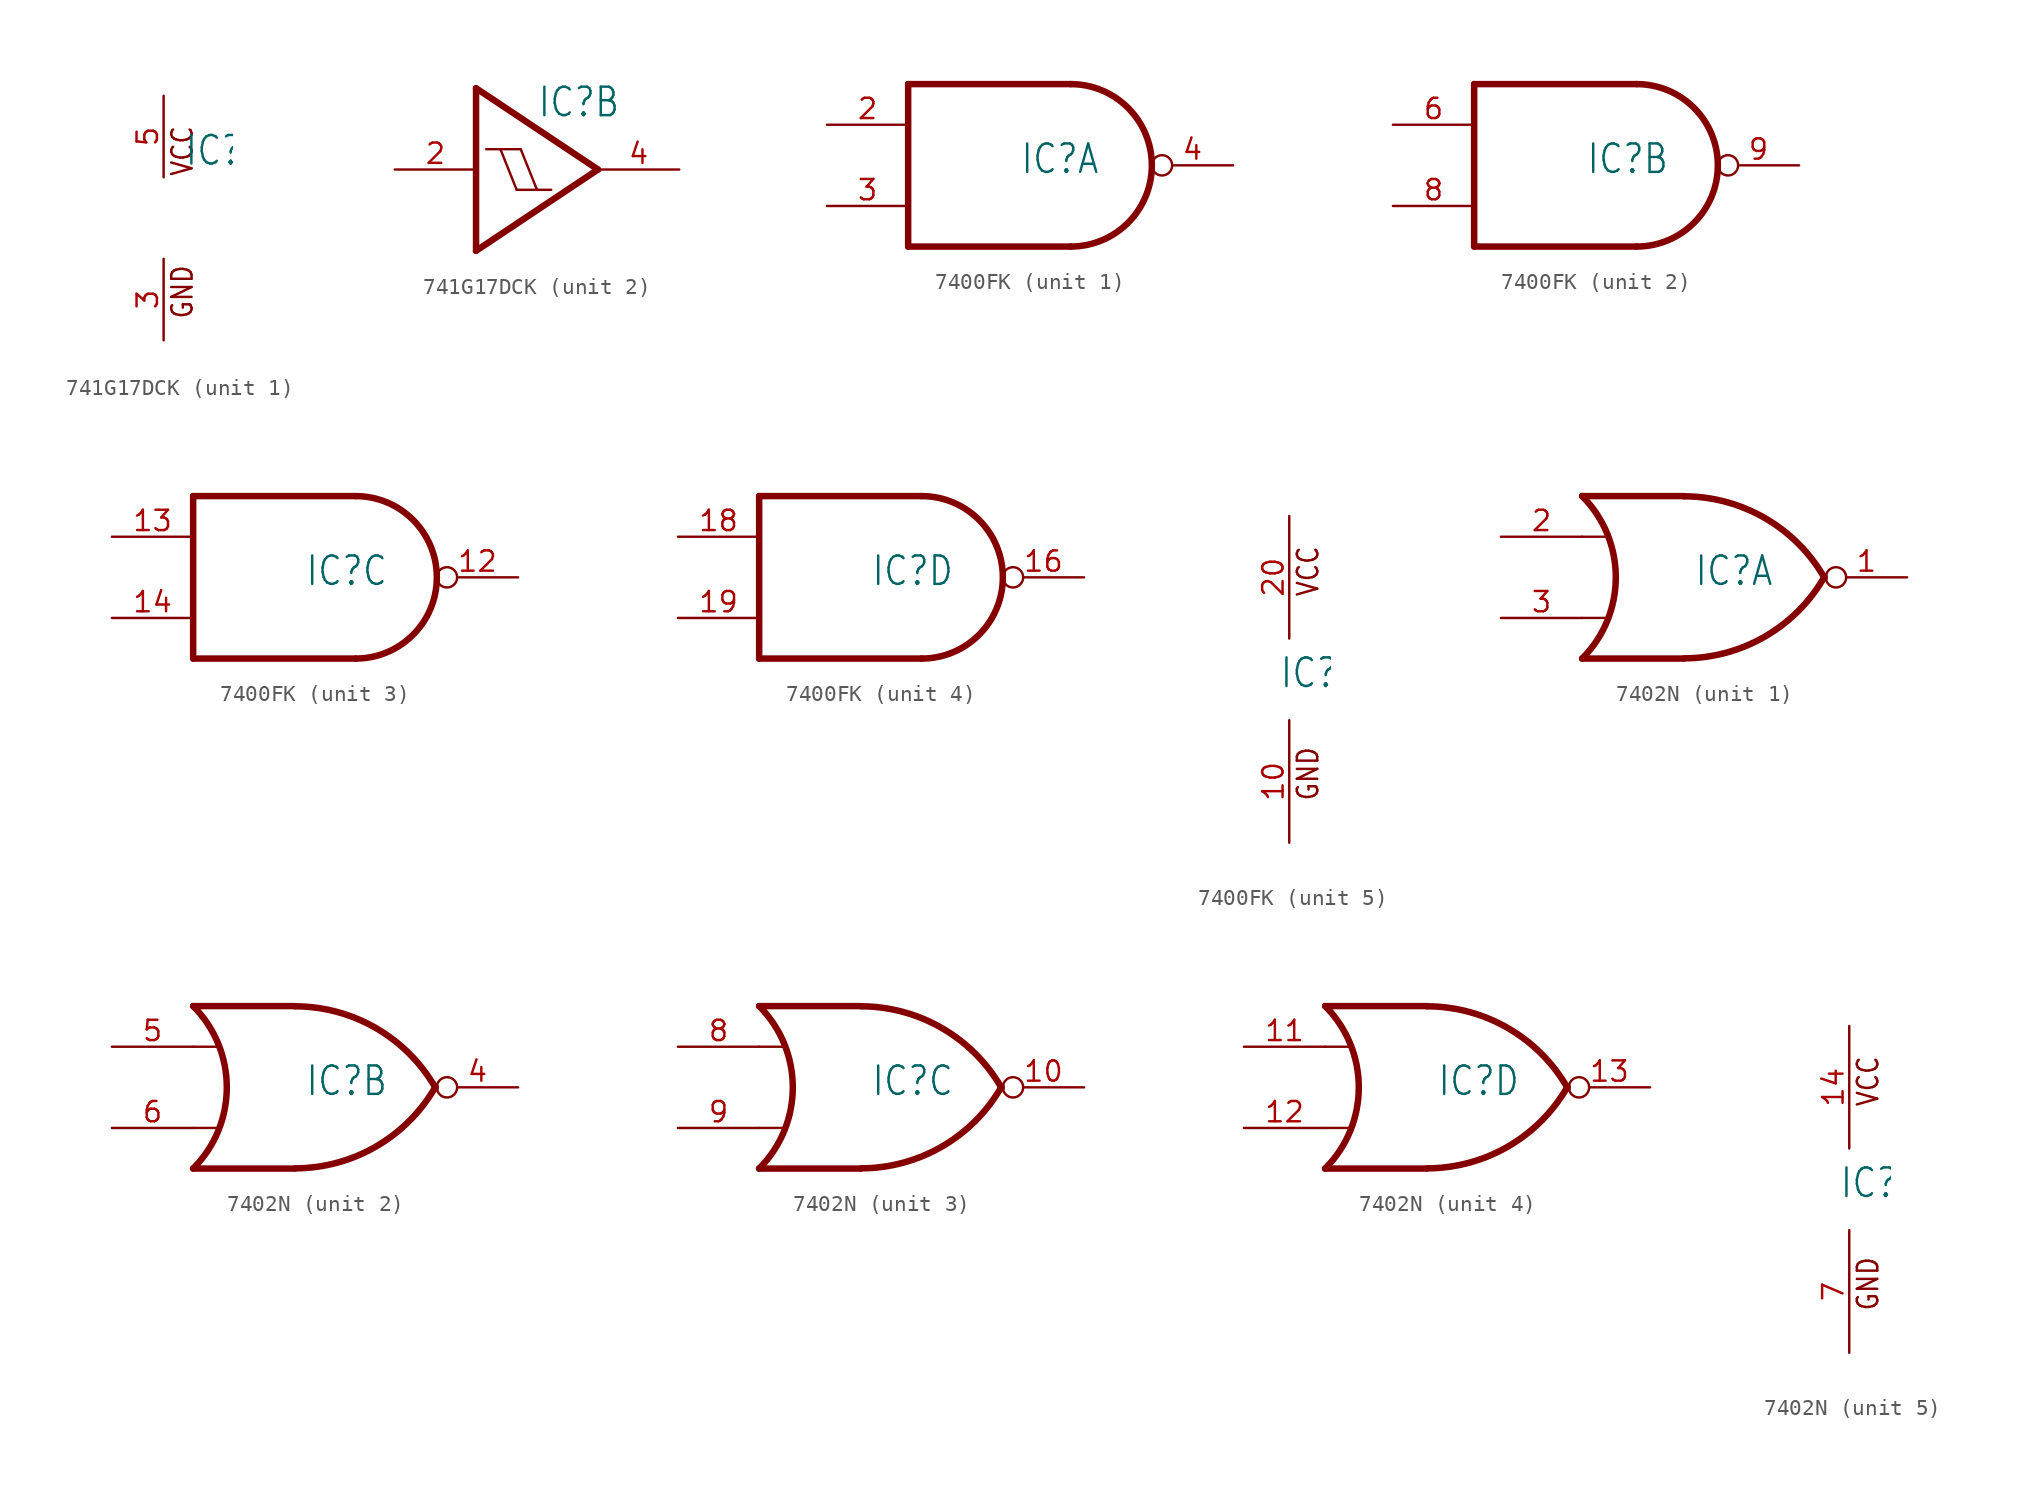
<source format=kicad_sym>
(kicad_symbol_lib
  (version 20231120)
  (generator "kicad_symbol_editor")
  (generator_version "8.0")
  (symbol "741G17DCK"
    (property "Reference" "IC"
      (at 1.27 3.175 0)
      (effects (font (size 1.778 1.511)) (justify left bottom)))
    (property "ki_locked" ""
      (at 0 0 0)
      (effects (font (size 1.27 1.27))))
    (symbol "741G17DCK_1_0"
      (text "GND" (at 1.905 -6.35 900) (effects (font (size 1.27 1.079)) (justify left bottom)))
      (text "VCC" (at 1.905 2.54 900) (effects (font (size 1.27 1.079)) (justify left bottom)))
      (pin power_in line (at 0 -7.62 90) (length 5.08) (name "GND" (effects (font (size 0 0)))) (number "3" (effects (font (size 1.27 1.27)))))
      (pin power_in line (at 0 7.62 270) (length 5.08) (name "VCC" (effects (font (size 0 0)))) (number "5" (effects (font (size 1.27 1.27))))))
    (symbol "741G17DCK_2_0"
      (polyline (pts (xy -2.54 -5.08) (xy -2.54 5.08)) (stroke (width 0.406) (type solid)) (fill (type none)))
      (polyline (pts (xy -2.54 5.08) (xy 5.08 0)) (stroke (width 0.406) (type solid)) (fill (type none)))
      (polyline (pts (xy -1.905 1.27) (xy -1.016 1.27)) (stroke (width 0.152) (type solid)) (fill (type none)))
      (polyline (pts (xy -1.016 1.27) (xy 0.254 1.27)) (stroke (width 0.152) (type solid)) (fill (type none)))
      (polyline (pts (xy 0 -1.27) (xy -1.016 1.27)) (stroke (width 0.152) (type solid)) (fill (type none)))
      (polyline (pts (xy 0 -1.27) (xy 1.27 -1.27)) (stroke (width 0.152) (type solid)) (fill (type none)))
      (polyline (pts (xy 1.27 -1.27) (xy 0.254 1.27)) (stroke (width 0.152) (type solid)) (fill (type none)))
      (polyline (pts (xy 1.27 -1.27) (xy 2.159 -1.27)) (stroke (width 0.152) (type solid)) (fill (type none)))
      (polyline (pts (xy 5.08 0) (xy -2.54 -5.08)) (stroke (width 0.406) (type solid)) (fill (type none)))
      (pin input line (at -7.62 0 0) (length 5.08) (name "I" (effects (font (size 0 0)))) (number "2" (effects (font (size 1.27 1.27)))))
      (pin output line (at 10.16 0 180) (length 5.08) (name "O" (effects (font (size 0 0)))) (number "4" (effects (font (size 1.27 1.27)))))))
  (symbol "7400FK"
    (property "Reference" "IC"
      (at -0.635 -0.635 0)
      (effects (font (size 1.778 1.511)) (justify left bottom)))
    (property "ki_locked" ""
      (at 0 0 0)
      (effects (font (size 1.27 1.27))))
    (symbol "7400FK_1_0"
      (polyline (pts (xy -7.62 -5.08) (xy 2.54 -5.08)) (stroke (width 0.406) (type solid)) (fill (type none)))
      (polyline (pts (xy -7.62 5.08) (xy -7.62 -5.08)) (stroke (width 0.406) (type solid)) (fill (type none)))
      (polyline (pts (xy 2.54 5.08) (xy -7.62 5.08)) (stroke (width 0.406) (type solid)) (fill (type none)))
      (arc (start 2.5398 -5.08) (mid 7.6199 -0.0001) (end 2.54 5.08) (stroke (width 0.4064) (type solid)) (fill (type none)))
      (pin input line (at -12.7 2.54 0) (length 5.08) (name "I0" (effects (font (size 0 0)))) (number "2" (effects (font (size 1.27 1.27)))))
      (pin input line (at -12.7 -2.54 0) (length 5.08) (name "I1" (effects (font (size 0 0)))) (number "3" (effects (font (size 1.27 1.27)))))
      (pin output inverted (at 12.7 0 180) (length 5.08) (name "O" (effects (font (size 0 0)))) (number "4" (effects (font (size 1.27 1.27))))))
    (symbol "7400FK_2_0"
      (polyline (pts (xy -7.62 -5.08) (xy 2.54 -5.08)) (stroke (width 0.406) (type solid)) (fill (type none)))
      (polyline (pts (xy -7.62 5.08) (xy -7.62 -5.08)) (stroke (width 0.406) (type solid)) (fill (type none)))
      (polyline (pts (xy 2.54 5.08) (xy -7.62 5.08)) (stroke (width 0.406) (type solid)) (fill (type none)))
      (arc (start 2.5398 -5.08) (mid 7.6199 -0.0001) (end 2.54 5.08) (stroke (width 0.4064) (type solid)) (fill (type none)))
      (pin input line (at -12.7 2.54 0) (length 5.08) (name "I0" (effects (font (size 0 0)))) (number "6" (effects (font (size 1.27 1.27)))))
      (pin input line (at -12.7 -2.54 0) (length 5.08) (name "I1" (effects (font (size 0 0)))) (number "8" (effects (font (size 1.27 1.27)))))
      (pin output inverted (at 12.7 0 180) (length 5.08) (name "O" (effects (font (size 0 0)))) (number "9" (effects (font (size 1.27 1.27))))))
    (symbol "7400FK_3_0"
      (polyline (pts (xy -7.62 -5.08) (xy 2.54 -5.08)) (stroke (width 0.406) (type solid)) (fill (type none)))
      (polyline (pts (xy -7.62 5.08) (xy -7.62 -5.08)) (stroke (width 0.406) (type solid)) (fill (type none)))
      (polyline (pts (xy 2.54 5.08) (xy -7.62 5.08)) (stroke (width 0.406) (type solid)) (fill (type none)))
      (arc (start 2.5398 -5.08) (mid 7.6199 -0.0001) (end 2.54 5.08) (stroke (width 0.4064) (type solid)) (fill (type none)))
      (pin output inverted (at 12.7 0 180) (length 5.08) (name "O" (effects (font (size 0 0)))) (number "12" (effects (font (size 1.27 1.27)))))
      (pin input line (at -12.7 2.54 0) (length 5.08) (name "I0" (effects (font (size 0 0)))) (number "13" (effects (font (size 1.27 1.27)))))
      (pin input line (at -12.7 -2.54 0) (length 5.08) (name "I1" (effects (font (size 0 0)))) (number "14" (effects (font (size 1.27 1.27))))))
    (symbol "7400FK_4_0"
      (polyline (pts (xy -7.62 -5.08) (xy 2.54 -5.08)) (stroke (width 0.406) (type solid)) (fill (type none)))
      (polyline (pts (xy -7.62 5.08) (xy -7.62 -5.08)) (stroke (width 0.406) (type solid)) (fill (type none)))
      (polyline (pts (xy 2.54 5.08) (xy -7.62 5.08)) (stroke (width 0.406) (type solid)) (fill (type none)))
      (arc (start 2.5398 -5.08) (mid 7.6199 -0.0001) (end 2.54 5.08) (stroke (width 0.4064) (type solid)) (fill (type none)))
      (pin output inverted (at 12.7 0 180) (length 5.08) (name "O" (effects (font (size 0 0)))) (number "16" (effects (font (size 1.27 1.27)))))
      (pin input line (at -12.7 2.54 0) (length 5.08) (name "I0" (effects (font (size 0 0)))) (number "18" (effects (font (size 1.27 1.27)))))
      (pin input line (at -12.7 -2.54 0) (length 5.08) (name "I1" (effects (font (size 0 0)))) (number "19" (effects (font (size 1.27 1.27))))))
    (symbol "7400FK_5_0"
      (text "GND" (at 1.905 -7.62 900) (effects (font (size 1.27 1.079)) (justify left bottom)))
      (text "VCC" (at 1.905 5.08 900) (effects (font (size 1.27 1.079)) (justify left bottom)))
      (pin power_in line (at 0 -10.16 90) (length 7.62) (name "GND" (effects (font (size 0 0)))) (number "10" (effects (font (size 1.27 1.27)))))
      (pin power_in line (at 0 10.16 270) (length 7.62) (name "VCC" (effects (font (size 0 0)))) (number "20" (effects (font (size 1.27 1.27)))))))
  (symbol "7402N"
    (property "Reference" "IC"
      (at -0.635 -0.635 0)
      (effects (font (size 1.778 1.511)) (justify left bottom)))
    (property "ki_locked" ""
      (at 0 0 0)
      (effects (font (size 1.27 1.27))))
    (symbol "7402N_1_0"
      (arc (start -7.62 -5.08) (mid -5.5158 0) (end -7.62 5.08) (stroke (width 0.4064) (type solid)) (fill (type none)))
      (arc (start -1.2446 -5.0678) (mid 3.8371 -3.6891) (end 7.5439 0.0506) (stroke (width 0.4064) (type solid)) (fill (type none)))
      (polyline (pts (xy -7.62 -2.54) (xy -6.096 -2.54)) (stroke (width 0.152) (type solid)) (fill (type none)))
      (polyline (pts (xy -7.62 2.54) (xy -6.096 2.54)) (stroke (width 0.152) (type solid)) (fill (type none)))
      (polyline (pts (xy -1.27 -5.08) (xy -7.62 -5.08)) (stroke (width 0.406) (type solid)) (fill (type none)))
      (polyline (pts (xy -1.27 5.08) (xy -7.62 5.08)) (stroke (width 0.406) (type solid)) (fill (type none)))
      (arc (start 7.5441 -0.0504) (mid 3.8372 3.6892) (end -1.2446 5.0678) (stroke (width 0.4064) (type solid)) (fill (type none)))
      (pin output inverted (at 12.7 0 180) (length 5.08) (name "O" (effects (font (size 0 0)))) (number "1" (effects (font (size 1.27 1.27)))))
      (pin input line (at -12.7 2.54 0) (length 5.08) (name "I0" (effects (font (size 0 0)))) (number "2" (effects (font (size 1.27 1.27)))))
      (pin input line (at -12.7 -2.54 0) (length 5.08) (name "I1" (effects (font (size 0 0)))) (number "3" (effects (font (size 1.27 1.27))))))
    (symbol "7402N_2_0"
      (arc (start -7.62 -5.08) (mid -5.5158 0) (end -7.62 5.08) (stroke (width 0.4064) (type solid)) (fill (type none)))
      (arc (start -1.2446 -5.0678) (mid 3.8371 -3.6891) (end 7.5439 0.0506) (stroke (width 0.4064) (type solid)) (fill (type none)))
      (polyline (pts (xy -7.62 -2.54) (xy -6.096 -2.54)) (stroke (width 0.152) (type solid)) (fill (type none)))
      (polyline (pts (xy -7.62 2.54) (xy -6.096 2.54)) (stroke (width 0.152) (type solid)) (fill (type none)))
      (polyline (pts (xy -1.27 -5.08) (xy -7.62 -5.08)) (stroke (width 0.406) (type solid)) (fill (type none)))
      (polyline (pts (xy -1.27 5.08) (xy -7.62 5.08)) (stroke (width 0.406) (type solid)) (fill (type none)))
      (arc (start 7.5441 -0.0504) (mid 3.8372 3.6892) (end -1.2446 5.0678) (stroke (width 0.4064) (type solid)) (fill (type none)))
      (pin output inverted (at 12.7 0 180) (length 5.08) (name "O" (effects (font (size 0 0)))) (number "4" (effects (font (size 1.27 1.27)))))
      (pin input line (at -12.7 2.54 0) (length 5.08) (name "I0" (effects (font (size 0 0)))) (number "5" (effects (font (size 1.27 1.27)))))
      (pin input line (at -12.7 -2.54 0) (length 5.08) (name "I1" (effects (font (size 0 0)))) (number "6" (effects (font (size 1.27 1.27))))))
    (symbol "7402N_3_0"
      (arc (start -7.62 -5.08) (mid -5.5158 0) (end -7.62 5.08) (stroke (width 0.4064) (type solid)) (fill (type none)))
      (arc (start -1.2446 -5.0678) (mid 3.8371 -3.6891) (end 7.5439 0.0506) (stroke (width 0.4064) (type solid)) (fill (type none)))
      (polyline (pts (xy -7.62 -2.54) (xy -6.096 -2.54)) (stroke (width 0.152) (type solid)) (fill (type none)))
      (polyline (pts (xy -7.62 2.54) (xy -6.096 2.54)) (stroke (width 0.152) (type solid)) (fill (type none)))
      (polyline (pts (xy -1.27 -5.08) (xy -7.62 -5.08)) (stroke (width 0.406) (type solid)) (fill (type none)))
      (polyline (pts (xy -1.27 5.08) (xy -7.62 5.08)) (stroke (width 0.406) (type solid)) (fill (type none)))
      (arc (start 7.5441 -0.0504) (mid 3.8372 3.6892) (end -1.2446 5.0678) (stroke (width 0.4064) (type solid)) (fill (type none)))
      (pin output inverted (at 12.7 0 180) (length 5.08) (name "O" (effects (font (size 0 0)))) (number "10" (effects (font (size 1.27 1.27)))))
      (pin input line (at -12.7 2.54 0) (length 5.08) (name "I0" (effects (font (size 0 0)))) (number "8" (effects (font (size 1.27 1.27)))))
      (pin input line (at -12.7 -2.54 0) (length 5.08) (name "I1" (effects (font (size 0 0)))) (number "9" (effects (font (size 1.27 1.27))))))
    (symbol "7402N_4_0"
      (arc (start -7.62 -5.08) (mid -5.5158 0) (end -7.62 5.08) (stroke (width 0.4064) (type solid)) (fill (type none)))
      (arc (start -1.2446 -5.0678) (mid 3.8371 -3.6891) (end 7.5439 0.0506) (stroke (width 0.4064) (type solid)) (fill (type none)))
      (polyline (pts (xy -7.62 -2.54) (xy -6.096 -2.54)) (stroke (width 0.152) (type solid)) (fill (type none)))
      (polyline (pts (xy -7.62 2.54) (xy -6.096 2.54)) (stroke (width 0.152) (type solid)) (fill (type none)))
      (polyline (pts (xy -1.27 -5.08) (xy -7.62 -5.08)) (stroke (width 0.406) (type solid)) (fill (type none)))
      (polyline (pts (xy -1.27 5.08) (xy -7.62 5.08)) (stroke (width 0.406) (type solid)) (fill (type none)))
      (arc (start 7.5441 -0.0504) (mid 3.8372 3.6892) (end -1.2446 5.0678) (stroke (width 0.4064) (type solid)) (fill (type none)))
      (pin input line (at -12.7 2.54 0) (length 5.08) (name "I0" (effects (font (size 0 0)))) (number "11" (effects (font (size 1.27 1.27)))))
      (pin input line (at -12.7 -2.54 0) (length 5.08) (name "I1" (effects (font (size 0 0)))) (number "12" (effects (font (size 1.27 1.27)))))
      (pin output inverted (at 12.7 0 180) (length 5.08) (name "O" (effects (font (size 0 0)))) (number "13" (effects (font (size 1.27 1.27))))))
    (symbol "7402N_5_0"
      (text "GND" (at 1.905 -7.62 900) (effects (font (size 1.27 1.079)) (justify left bottom)))
      (text "VCC" (at 1.905 5.08 900) (effects (font (size 1.27 1.079)) (justify left bottom)))
      (pin power_in line (at 0 10.16 270) (length 7.62) (name "VCC" (effects (font (size 0 0)))) (number "14" (effects (font (size 1.27 1.27)))))
      (pin power_in line (at 0 -10.16 90) (length 7.62) (name "GND" (effects (font (size 0 0)))) (number "7" (effects (font (size 1.27 1.27))))))))
</source>
